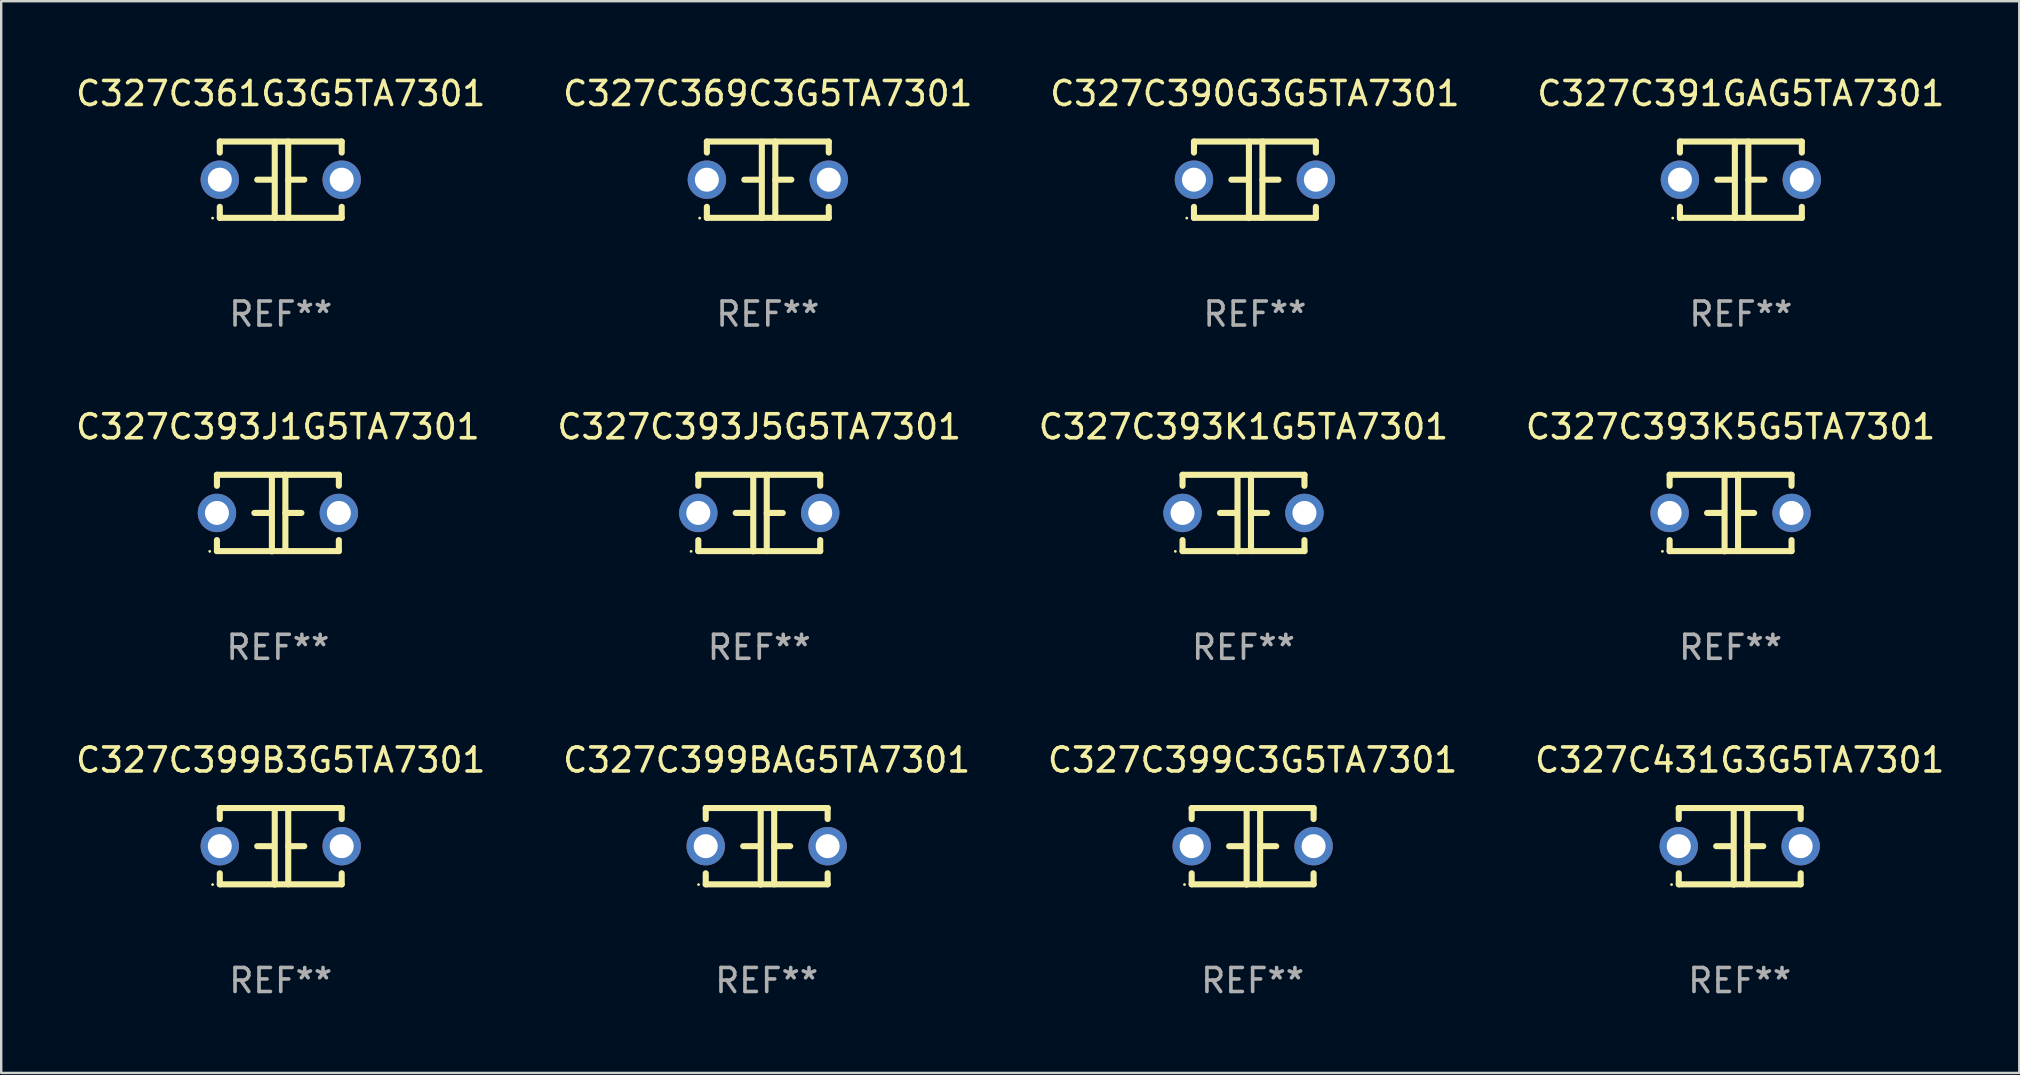
<source format=kicad_pcb>
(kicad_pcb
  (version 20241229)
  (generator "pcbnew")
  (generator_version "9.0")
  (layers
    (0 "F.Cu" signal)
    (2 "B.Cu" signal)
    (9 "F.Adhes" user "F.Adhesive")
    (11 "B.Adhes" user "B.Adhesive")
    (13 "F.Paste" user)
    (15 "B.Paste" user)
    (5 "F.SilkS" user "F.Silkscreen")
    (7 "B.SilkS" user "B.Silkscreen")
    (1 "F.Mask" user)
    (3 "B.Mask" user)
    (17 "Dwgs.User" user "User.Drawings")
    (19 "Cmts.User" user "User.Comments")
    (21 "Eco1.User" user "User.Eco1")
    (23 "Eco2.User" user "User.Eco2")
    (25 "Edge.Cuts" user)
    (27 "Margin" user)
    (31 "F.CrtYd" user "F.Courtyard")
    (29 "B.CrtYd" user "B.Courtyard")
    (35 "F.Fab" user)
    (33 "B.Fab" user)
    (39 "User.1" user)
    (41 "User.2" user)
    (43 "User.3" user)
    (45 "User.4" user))
  (footprint "C327C399BAG5TA7301"
    (layer "F.Cu")
    (at 28.899 32.216)
    (property "Reference" "C327C399BAG5TA7301" (at 0 -3.595 0) (layer "F.SilkS") (effects (font (size 1 1) (thickness 0.15))))
    (attr through_hole)
    (fp_line (start -2.54 -1.595) (end -2.54 -1.136) (stroke (width 0.254) (type solid)) (layer "F.SilkS"))
    (fp_line (start -2.54 -1.595) (end 2.54 -1.595) (stroke (width 0.254) (type solid)) (layer "F.SilkS"))
    (fp_line (start -2.54 1.126) (end -2.54 1.585) (stroke (width 0.254) (type solid)) (layer "F.SilkS"))
    (fp_line (start -0.312 -0.005) (end -0.98 -0.005) (stroke (width 0.254) (type solid)) (layer "F.SilkS"))
    (fp_line (start -0.25 -1.585) (end -0.25 1.595) (stroke (width 0.254) (type solid)) (layer "F.SilkS"))
    (fp_line (start 0.312 -1.595) (end 0.312 1.585) (stroke (width 0.254) (type solid)) (layer "F.SilkS"))
    (fp_line (start 0.312 -0.005) (end 0.98 -0.005) (stroke (width 0.254) (type solid)) (layer "F.SilkS"))
    (fp_line (start 2.54 -1.595) (end 2.54 -1.136) (stroke (width 0.254) (type solid)) (layer "F.SilkS"))
    (fp_line (start 2.54 1.126) (end 2.54 1.585) (stroke (width 0.254) (type solid)) (layer "F.SilkS"))
    (fp_line (start 2.54 1.585) (end -2.54 1.585) (stroke (width 0.254) (type solid)) (layer "F.SilkS"))
    (fp_circle (center -2.84 1.595) (end -2.81 1.595) (stroke (width 0.06) (type solid)) (fill no) (layer "F.SilkS"))
    (fp_text user "REF**" (at 0 5.595 0) (layer "F.Fab") (effects (font (size 1 1) (thickness 0.15))))
    (pad "1" thru_hole circle (at -2.54 -0.005) (size 1.6 1.6) (drill 1) (layers "*.Cu" "*.Mask"))
    (pad "2" thru_hole circle (at 2.54 -0.005) (size 1.6 1.6) (drill 1) (layers "*.Cu" "*.Mask")))
  (footprint "C327C393K1G5TA7301"
    (layer "F.Cu")
    (at 48.768 18.33)
    (property "Reference" "C327C393K1G5TA7301" (at 0 -3.595 0) (layer "F.SilkS") (effects (font (size 1 1) (thickness 0.15))))
    (attr through_hole)
    (fp_line (start -2.54 -1.595) (end -2.54 -1.136) (stroke (width 0.254) (type solid)) (layer "F.SilkS"))
    (fp_line (start -2.54 -1.595) (end 2.54 -1.595) (stroke (width 0.254) (type solid)) (layer "F.SilkS"))
    (fp_line (start -2.54 1.126) (end -2.54 1.585) (stroke (width 0.254) (type solid)) (layer "F.SilkS"))
    (fp_line (start -0.312 -0.005) (end -0.98 -0.005) (stroke (width 0.254) (type solid)) (layer "F.SilkS"))
    (fp_line (start -0.25 -1.585) (end -0.25 1.595) (stroke (width 0.254) (type solid)) (layer "F.SilkS"))
    (fp_line (start 0.312 -1.595) (end 0.312 1.585) (stroke (width 0.254) (type solid)) (layer "F.SilkS"))
    (fp_line (start 0.312 -0.005) (end 0.98 -0.005) (stroke (width 0.254) (type solid)) (layer "F.SilkS"))
    (fp_line (start 2.54 -1.595) (end 2.54 -1.136) (stroke (width 0.254) (type solid)) (layer "F.SilkS"))
    (fp_line (start 2.54 1.126) (end 2.54 1.585) (stroke (width 0.254) (type solid)) (layer "F.SilkS"))
    (fp_line (start 2.54 1.585) (end -2.54 1.585) (stroke (width 0.254) (type solid)) (layer "F.SilkS"))
    (fp_circle (center -2.84 1.595) (end -2.81 1.595) (stroke (width 0.06) (type solid)) (fill no) (layer "F.SilkS"))
    (fp_text user "REF**" (at 0 5.595 0) (layer "F.Fab") (effects (font (size 1 1) (thickness 0.15))))
    (pad "1" thru_hole circle (at -2.54 -0.005) (size 1.6 1.6) (drill 1) (layers "*.Cu" "*.Mask"))
    (pad "2" thru_hole circle (at 2.54 -0.005) (size 1.6 1.6) (drill 1) (layers "*.Cu" "*.Mask")))
  (footprint "C327C390G3G5TA7301"
    (layer "F.Cu")
    (at 49.244 4.443)
    (property "Reference" "C327C390G3G5TA7301" (at 0 -3.595 0) (layer "F.SilkS") (effects (font (size 1 1) (thickness 0.15))))
    (attr through_hole)
    (fp_line (start -2.54 -1.595) (end -2.54 -1.136) (stroke (width 0.254) (type solid)) (layer "F.SilkS"))
    (fp_line (start -2.54 -1.595) (end 2.54 -1.595) (stroke (width 0.254) (type solid)) (layer "F.SilkS"))
    (fp_line (start -2.54 1.126) (end -2.54 1.585) (stroke (width 0.254) (type solid)) (layer "F.SilkS"))
    (fp_line (start -0.312 -0.005) (end -0.98 -0.005) (stroke (width 0.254) (type solid)) (layer "F.SilkS"))
    (fp_line (start -0.25 -1.585) (end -0.25 1.595) (stroke (width 0.254) (type solid)) (layer "F.SilkS"))
    (fp_line (start 0.312 -1.595) (end 0.312 1.585) (stroke (width 0.254) (type solid)) (layer "F.SilkS"))
    (fp_line (start 0.312 -0.005) (end 0.98 -0.005) (stroke (width 0.254) (type solid)) (layer "F.SilkS"))
    (fp_line (start 2.54 -1.595) (end 2.54 -1.136) (stroke (width 0.254) (type solid)) (layer "F.SilkS"))
    (fp_line (start 2.54 1.126) (end 2.54 1.585) (stroke (width 0.254) (type solid)) (layer "F.SilkS"))
    (fp_line (start 2.54 1.585) (end -2.54 1.585) (stroke (width 0.254) (type solid)) (layer "F.SilkS"))
    (fp_circle (center -2.84 1.595) (end -2.81 1.595) (stroke (width 0.06) (type solid)) (fill no) (layer "F.SilkS"))
    (fp_text user "REF**" (at 0 5.595 0) (layer "F.Fab") (effects (font (size 1 1) (thickness 0.15))))
    (pad "1" thru_hole circle (at -2.54 -0.005) (size 1.6 1.6) (drill 1) (layers "*.Cu" "*.Mask"))
    (pad "2" thru_hole circle (at 2.54 -0.005) (size 1.6 1.6) (drill 1) (layers "*.Cu" "*.Mask")))
  (footprint "C327C391GAG5TA7301"
    (layer "F.Cu")
    (at 69.494 4.443)
    (property "Reference" "C327C391GAG5TA7301" (at 0 -3.595 0) (layer "F.SilkS") (effects (font (size 1 1) (thickness 0.15))))
    (attr through_hole)
    (fp_line (start -2.54 -1.595) (end -2.54 -1.136) (stroke (width 0.254) (type solid)) (layer "F.SilkS"))
    (fp_line (start -2.54 -1.595) (end 2.54 -1.595) (stroke (width 0.254) (type solid)) (layer "F.SilkS"))
    (fp_line (start -2.54 1.126) (end -2.54 1.585) (stroke (width 0.254) (type solid)) (layer "F.SilkS"))
    (fp_line (start -0.312 -0.005) (end -0.98 -0.005) (stroke (width 0.254) (type solid)) (layer "F.SilkS"))
    (fp_line (start -0.25 -1.585) (end -0.25 1.595) (stroke (width 0.254) (type solid)) (layer "F.SilkS"))
    (fp_line (start 0.312 -1.595) (end 0.312 1.585) (stroke (width 0.254) (type solid)) (layer "F.SilkS"))
    (fp_line (start 0.312 -0.005) (end 0.98 -0.005) (stroke (width 0.254) (type solid)) (layer "F.SilkS"))
    (fp_line (start 2.54 -1.595) (end 2.54 -1.136) (stroke (width 0.254) (type solid)) (layer "F.SilkS"))
    (fp_line (start 2.54 1.126) (end 2.54 1.585) (stroke (width 0.254) (type solid)) (layer "F.SilkS"))
    (fp_line (start 2.54 1.585) (end -2.54 1.585) (stroke (width 0.254) (type solid)) (layer "F.SilkS"))
    (fp_circle (center -2.84 1.595) (end -2.81 1.595) (stroke (width 0.06) (type solid)) (fill no) (layer "F.SilkS"))
    (fp_text user "REF**" (at 0 5.595 0) (layer "F.Fab") (effects (font (size 1 1) (thickness 0.15))))
    (pad "1" thru_hole circle (at -2.54 -0.005) (size 1.6 1.6) (drill 1) (layers "*.Cu" "*.Mask"))
    (pad "2" thru_hole circle (at 2.54 -0.005) (size 1.6 1.6) (drill 1) (layers "*.Cu" "*.Mask")))
  (footprint "C327C393J1G5TA7301"
    (layer "F.Cu")
    (at 8.53 18.33)
    (property "Reference" "C327C393J1G5TA7301" (at 0 -3.595 0) (layer "F.SilkS") (effects (font (size 1 1) (thickness 0.15))))
    (attr through_hole)
    (fp_line (start -2.54 -1.595) (end -2.54 -1.136) (stroke (width 0.254) (type solid)) (layer "F.SilkS"))
    (fp_line (start -2.54 -1.595) (end 2.54 -1.595) (stroke (width 0.254) (type solid)) (layer "F.SilkS"))
    (fp_line (start -2.54 1.126) (end -2.54 1.585) (stroke (width 0.254) (type solid)) (layer "F.SilkS"))
    (fp_line (start -0.312 -0.005) (end -0.98 -0.005) (stroke (width 0.254) (type solid)) (layer "F.SilkS"))
    (fp_line (start -0.25 -1.585) (end -0.25 1.595) (stroke (width 0.254) (type solid)) (layer "F.SilkS"))
    (fp_line (start 0.312 -1.595) (end 0.312 1.585) (stroke (width 0.254) (type solid)) (layer "F.SilkS"))
    (fp_line (start 0.312 -0.005) (end 0.98 -0.005) (stroke (width 0.254) (type solid)) (layer "F.SilkS"))
    (fp_line (start 2.54 -1.595) (end 2.54 -1.136) (stroke (width 0.254) (type solid)) (layer "F.SilkS"))
    (fp_line (start 2.54 1.126) (end 2.54 1.585) (stroke (width 0.254) (type solid)) (layer "F.SilkS"))
    (fp_line (start 2.54 1.585) (end -2.54 1.585) (stroke (width 0.254) (type solid)) (layer "F.SilkS"))
    (fp_circle (center -2.84 1.595) (end -2.81 1.595) (stroke (width 0.06) (type solid)) (fill no) (layer "F.SilkS"))
    (fp_text user "REF**" (at 0 5.595 0) (layer "F.Fab") (effects (font (size 1 1) (thickness 0.15))))
    (pad "1" thru_hole circle (at -2.54 -0.005) (size 1.6 1.6) (drill 1) (layers "*.Cu" "*.Mask"))
    (pad "2" thru_hole circle (at 2.54 -0.005) (size 1.6 1.6) (drill 1) (layers "*.Cu" "*.Mask")))
  (footprint "C327C399C3G5TA7301"
    (layer "F.Cu")
    (at 49.149 32.216)
    (property "Reference" "C327C399C3G5TA7301" (at 0 -3.595 0) (layer "F.SilkS") (effects (font (size 1 1) (thickness 0.15))))
    (attr through_hole)
    (fp_line (start -2.54 -1.595) (end -2.54 -1.136) (stroke (width 0.254) (type solid)) (layer "F.SilkS"))
    (fp_line (start -2.54 -1.595) (end 2.54 -1.595) (stroke (width 0.254) (type solid)) (layer "F.SilkS"))
    (fp_line (start -2.54 1.126) (end -2.54 1.585) (stroke (width 0.254) (type solid)) (layer "F.SilkS"))
    (fp_line (start -0.312 -0.005) (end -0.98 -0.005) (stroke (width 0.254) (type solid)) (layer "F.SilkS"))
    (fp_line (start -0.25 -1.585) (end -0.25 1.595) (stroke (width 0.254) (type solid)) (layer "F.SilkS"))
    (fp_line (start 0.312 -1.595) (end 0.312 1.585) (stroke (width 0.254) (type solid)) (layer "F.SilkS"))
    (fp_line (start 0.312 -0.005) (end 0.98 -0.005) (stroke (width 0.254) (type solid)) (layer "F.SilkS"))
    (fp_line (start 2.54 -1.595) (end 2.54 -1.136) (stroke (width 0.254) (type solid)) (layer "F.SilkS"))
    (fp_line (start 2.54 1.126) (end 2.54 1.585) (stroke (width 0.254) (type solid)) (layer "F.SilkS"))
    (fp_line (start 2.54 1.585) (end -2.54 1.585) (stroke (width 0.254) (type solid)) (layer "F.SilkS"))
    (fp_circle (center -2.84 1.595) (end -2.81 1.595) (stroke (width 0.06) (type solid)) (fill no) (layer "F.SilkS"))
    (fp_text user "REF**" (at 0 5.595 0) (layer "F.Fab") (effects (font (size 1 1) (thickness 0.15))))
    (pad "1" thru_hole circle (at -2.54 -0.005) (size 1.6 1.6) (drill 1) (layers "*.Cu" "*.Mask"))
    (pad "2" thru_hole circle (at 2.54 -0.005) (size 1.6 1.6) (drill 1) (layers "*.Cu" "*.Mask")))
  (footprint "C327C431G3G5TA7301"
    (layer "F.Cu")
    (at 69.446 32.216)
    (property "Reference" "C327C431G3G5TA7301" (at 0 -3.595 0) (layer "F.SilkS") (effects (font (size 1 1) (thickness 0.15))))
    (attr through_hole)
    (fp_line (start -2.54 -1.595) (end -2.54 -1.136) (stroke (width 0.254) (type solid)) (layer "F.SilkS"))
    (fp_line (start -2.54 -1.595) (end 2.54 -1.595) (stroke (width 0.254) (type solid)) (layer "F.SilkS"))
    (fp_line (start -2.54 1.126) (end -2.54 1.585) (stroke (width 0.254) (type solid)) (layer "F.SilkS"))
    (fp_line (start -0.312 -0.005) (end -0.98 -0.005) (stroke (width 0.254) (type solid)) (layer "F.SilkS"))
    (fp_line (start -0.25 -1.585) (end -0.25 1.595) (stroke (width 0.254) (type solid)) (layer "F.SilkS"))
    (fp_line (start 0.312 -1.595) (end 0.312 1.585) (stroke (width 0.254) (type solid)) (layer "F.SilkS"))
    (fp_line (start 0.312 -0.005) (end 0.98 -0.005) (stroke (width 0.254) (type solid)) (layer "F.SilkS"))
    (fp_line (start 2.54 -1.595) (end 2.54 -1.136) (stroke (width 0.254) (type solid)) (layer "F.SilkS"))
    (fp_line (start 2.54 1.126) (end 2.54 1.585) (stroke (width 0.254) (type solid)) (layer "F.SilkS"))
    (fp_line (start 2.54 1.585) (end -2.54 1.585) (stroke (width 0.254) (type solid)) (layer "F.SilkS"))
    (fp_circle (center -2.84 1.595) (end -2.81 1.595) (stroke (width 0.06) (type solid)) (fill no) (layer "F.SilkS"))
    (fp_text user "REF**" (at 0 5.595 0) (layer "F.Fab") (effects (font (size 1 1) (thickness 0.15))))
    (pad "1" thru_hole circle (at -2.54 -0.005) (size 1.6 1.6) (drill 1) (layers "*.Cu" "*.Mask"))
    (pad "2" thru_hole circle (at 2.54 -0.005) (size 1.6 1.6) (drill 1) (layers "*.Cu" "*.Mask")))
  (footprint "C327C393K5G5TA7301"
    (layer "F.Cu")
    (at 69.065 18.33)
    (property "Reference" "C327C393K5G5TA7301" (at 0 -3.595 0) (layer "F.SilkS") (effects (font (size 1 1) (thickness 0.15))))
    (attr through_hole)
    (fp_line (start -2.54 -1.595) (end -2.54 -1.136) (stroke (width 0.254) (type solid)) (layer "F.SilkS"))
    (fp_line (start -2.54 -1.595) (end 2.54 -1.595) (stroke (width 0.254) (type solid)) (layer "F.SilkS"))
    (fp_line (start -2.54 1.126) (end -2.54 1.585) (stroke (width 0.254) (type solid)) (layer "F.SilkS"))
    (fp_line (start -0.312 -0.005) (end -0.98 -0.005) (stroke (width 0.254) (type solid)) (layer "F.SilkS"))
    (fp_line (start -0.25 -1.585) (end -0.25 1.595) (stroke (width 0.254) (type solid)) (layer "F.SilkS"))
    (fp_line (start 0.312 -1.595) (end 0.312 1.585) (stroke (width 0.254) (type solid)) (layer "F.SilkS"))
    (fp_line (start 0.312 -0.005) (end 0.98 -0.005) (stroke (width 0.254) (type solid)) (layer "F.SilkS"))
    (fp_line (start 2.54 -1.595) (end 2.54 -1.136) (stroke (width 0.254) (type solid)) (layer "F.SilkS"))
    (fp_line (start 2.54 1.126) (end 2.54 1.585) (stroke (width 0.254) (type solid)) (layer "F.SilkS"))
    (fp_line (start 2.54 1.585) (end -2.54 1.585) (stroke (width 0.254) (type solid)) (layer "F.SilkS"))
    (fp_circle (center -2.84 1.595) (end -2.81 1.595) (stroke (width 0.06) (type solid)) (fill no) (layer "F.SilkS"))
    (fp_text user "REF**" (at 0 5.595 0) (layer "F.Fab") (effects (font (size 1 1) (thickness 0.15))))
    (pad "1" thru_hole circle (at -2.54 -0.005) (size 1.6 1.6) (drill 1) (layers "*.Cu" "*.Mask"))
    (pad "2" thru_hole circle (at 2.54 -0.005) (size 1.6 1.6) (drill 1) (layers "*.Cu" "*.Mask")))
  (footprint "C327C369C3G5TA7301"
    (layer "F.Cu")
    (at 28.946 4.443)
    (property "Reference" "C327C369C3G5TA7301" (at 0 -3.595 0) (layer "F.SilkS") (effects (font (size 1 1) (thickness 0.15))))
    (attr through_hole)
    (fp_line (start -2.54 -1.595) (end -2.54 -1.136) (stroke (width 0.254) (type solid)) (layer "F.SilkS"))
    (fp_line (start -2.54 -1.595) (end 2.54 -1.595) (stroke (width 0.254) (type solid)) (layer "F.SilkS"))
    (fp_line (start -2.54 1.126) (end -2.54 1.585) (stroke (width 0.254) (type solid)) (layer "F.SilkS"))
    (fp_line (start -0.312 -0.005) (end -0.98 -0.005) (stroke (width 0.254) (type solid)) (layer "F.SilkS"))
    (fp_line (start -0.25 -1.585) (end -0.25 1.595) (stroke (width 0.254) (type solid)) (layer "F.SilkS"))
    (fp_line (start 0.312 -1.595) (end 0.312 1.585) (stroke (width 0.254) (type solid)) (layer "F.SilkS"))
    (fp_line (start 0.312 -0.005) (end 0.98 -0.005) (stroke (width 0.254) (type solid)) (layer "F.SilkS"))
    (fp_line (start 2.54 -1.595) (end 2.54 -1.136) (stroke (width 0.254) (type solid)) (layer "F.SilkS"))
    (fp_line (start 2.54 1.126) (end 2.54 1.585) (stroke (width 0.254) (type solid)) (layer "F.SilkS"))
    (fp_line (start 2.54 1.585) (end -2.54 1.585) (stroke (width 0.254) (type solid)) (layer "F.SilkS"))
    (fp_circle (center -2.84 1.595) (end -2.81 1.595) (stroke (width 0.06) (type solid)) (fill no) (layer "F.SilkS"))
    (fp_text user "REF**" (at 0 5.595 0) (layer "F.Fab") (effects (font (size 1 1) (thickness 0.15))))
    (pad "1" thru_hole circle (at -2.54 -0.005) (size 1.6 1.6) (drill 1) (layers "*.Cu" "*.Mask"))
    (pad "2" thru_hole circle (at 2.54 -0.005) (size 1.6 1.6) (drill 1) (layers "*.Cu" "*.Mask")))
  (footprint "C327C399B3G5TA7301"
    (layer "F.Cu")
    (at 8.649 32.216)
    (property "Reference" "C327C399B3G5TA7301" (at 0 -3.595 0) (layer "F.SilkS") (effects (font (size 1 1) (thickness 0.15))))
    (attr through_hole)
    (fp_line (start -2.54 -1.595) (end -2.54 -1.136) (stroke (width 0.254) (type solid)) (layer "F.SilkS"))
    (fp_line (start -2.54 -1.595) (end 2.54 -1.595) (stroke (width 0.254) (type solid)) (layer "F.SilkS"))
    (fp_line (start -2.54 1.126) (end -2.54 1.585) (stroke (width 0.254) (type solid)) (layer "F.SilkS"))
    (fp_line (start -0.312 -0.005) (end -0.98 -0.005) (stroke (width 0.254) (type solid)) (layer "F.SilkS"))
    (fp_line (start -0.25 -1.585) (end -0.25 1.595) (stroke (width 0.254) (type solid)) (layer "F.SilkS"))
    (fp_line (start 0.312 -1.595) (end 0.312 1.585) (stroke (width 0.254) (type solid)) (layer "F.SilkS"))
    (fp_line (start 0.312 -0.005) (end 0.98 -0.005) (stroke (width 0.254) (type solid)) (layer "F.SilkS"))
    (fp_line (start 2.54 -1.595) (end 2.54 -1.136) (stroke (width 0.254) (type solid)) (layer "F.SilkS"))
    (fp_line (start 2.54 1.126) (end 2.54 1.585) (stroke (width 0.254) (type solid)) (layer "F.SilkS"))
    (fp_line (start 2.54 1.585) (end -2.54 1.585) (stroke (width 0.254) (type solid)) (layer "F.SilkS"))
    (fp_circle (center -2.84 1.595) (end -2.81 1.595) (stroke (width 0.06) (type solid)) (fill no) (layer "F.SilkS"))
    (fp_text user "REF**" (at 0 5.595 0) (layer "F.Fab") (effects (font (size 1 1) (thickness 0.15))))
    (pad "1" thru_hole circle (at -2.54 -0.005) (size 1.6 1.6) (drill 1) (layers "*.Cu" "*.Mask"))
    (pad "2" thru_hole circle (at 2.54 -0.005) (size 1.6 1.6) (drill 1) (layers "*.Cu" "*.Mask")))
  (footprint "C327C393J5G5TA7301"
    (layer "F.Cu")
    (at 28.589 18.33)
    (property "Reference" "C327C393J5G5TA7301" (at 0 -3.595 0) (layer "F.SilkS") (effects (font (size 1 1) (thickness 0.15))))
    (attr through_hole)
    (fp_line (start -2.54 -1.595) (end -2.54 -1.136) (stroke (width 0.254) (type solid)) (layer "F.SilkS"))
    (fp_line (start -2.54 -1.595) (end 2.54 -1.595) (stroke (width 0.254) (type solid)) (layer "F.SilkS"))
    (fp_line (start -2.54 1.126) (end -2.54 1.585) (stroke (width 0.254) (type solid)) (layer "F.SilkS"))
    (fp_line (start -0.312 -0.005) (end -0.98 -0.005) (stroke (width 0.254) (type solid)) (layer "F.SilkS"))
    (fp_line (start -0.25 -1.585) (end -0.25 1.595) (stroke (width 0.254) (type solid)) (layer "F.SilkS"))
    (fp_line (start 0.312 -1.595) (end 0.312 1.585) (stroke (width 0.254) (type solid)) (layer "F.SilkS"))
    (fp_line (start 0.312 -0.005) (end 0.98 -0.005) (stroke (width 0.254) (type solid)) (layer "F.SilkS"))
    (fp_line (start 2.54 -1.595) (end 2.54 -1.136) (stroke (width 0.254) (type solid)) (layer "F.SilkS"))
    (fp_line (start 2.54 1.126) (end 2.54 1.585) (stroke (width 0.254) (type solid)) (layer "F.SilkS"))
    (fp_line (start 2.54 1.585) (end -2.54 1.585) (stroke (width 0.254) (type solid)) (layer "F.SilkS"))
    (fp_circle (center -2.84 1.595) (end -2.81 1.595) (stroke (width 0.06) (type solid)) (fill no) (layer "F.SilkS"))
    (fp_text user "REF**" (at 0 5.595 0) (layer "F.Fab") (effects (font (size 1 1) (thickness 0.15))))
    (pad "1" thru_hole circle (at -2.54 -0.005) (size 1.6 1.6) (drill 1) (layers "*.Cu" "*.Mask"))
    (pad "2" thru_hole circle (at 2.54 -0.005) (size 1.6 1.6) (drill 1) (layers "*.Cu" "*.Mask")))
  (footprint "C327C361G3G5TA7301"
    (layer "F.Cu")
    (at 8.649 4.443)
    (property "Reference" "C327C361G3G5TA7301" (at 0 -3.595 0) (layer "F.SilkS") (effects (font (size 1 1) (thickness 0.15))))
    (attr through_hole)
    (fp_line (start -2.54 -1.595) (end -2.54 -1.136) (stroke (width 0.254) (type solid)) (layer "F.SilkS"))
    (fp_line (start -2.54 -1.595) (end 2.54 -1.595) (stroke (width 0.254) (type solid)) (layer "F.SilkS"))
    (fp_line (start -2.54 1.126) (end -2.54 1.585) (stroke (width 0.254) (type solid)) (layer "F.SilkS"))
    (fp_line (start -0.312 -0.005) (end -0.98 -0.005) (stroke (width 0.254) (type solid)) (layer "F.SilkS"))
    (fp_line (start -0.25 -1.585) (end -0.25 1.595) (stroke (width 0.254) (type solid)) (layer "F.SilkS"))
    (fp_line (start 0.312 -1.595) (end 0.312 1.585) (stroke (width 0.254) (type solid)) (layer "F.SilkS"))
    (fp_line (start 0.312 -0.005) (end 0.98 -0.005) (stroke (width 0.254) (type solid)) (layer "F.SilkS"))
    (fp_line (start 2.54 -1.595) (end 2.54 -1.136) (stroke (width 0.254) (type solid)) (layer "F.SilkS"))
    (fp_line (start 2.54 1.126) (end 2.54 1.585) (stroke (width 0.254) (type solid)) (layer "F.SilkS"))
    (fp_line (start 2.54 1.585) (end -2.54 1.585) (stroke (width 0.254) (type solid)) (layer "F.SilkS"))
    (fp_circle (center -2.84 1.595) (end -2.81 1.595) (stroke (width 0.06) (type solid)) (fill no) (layer "F.SilkS"))
    (fp_text user "REF**" (at 0 5.595 0) (layer "F.Fab") (effects (font (size 1 1) (thickness 0.15))))
    (pad "1" thru_hole circle (at -2.54 -0.005) (size 1.6 1.6) (drill 1) (layers "*.Cu" "*.Mask"))
    (pad "2" thru_hole circle (at 2.54 -0.005) (size 1.6 1.6) (drill 1) (layers "*.Cu" "*.Mask")))
  (gr_rect
    (start -3 -3)
    (end 81.095 41.659)
    (stroke (width 0.1) (type default))
    (fill no)
    (layer "Edge.Cuts")))
</source>
